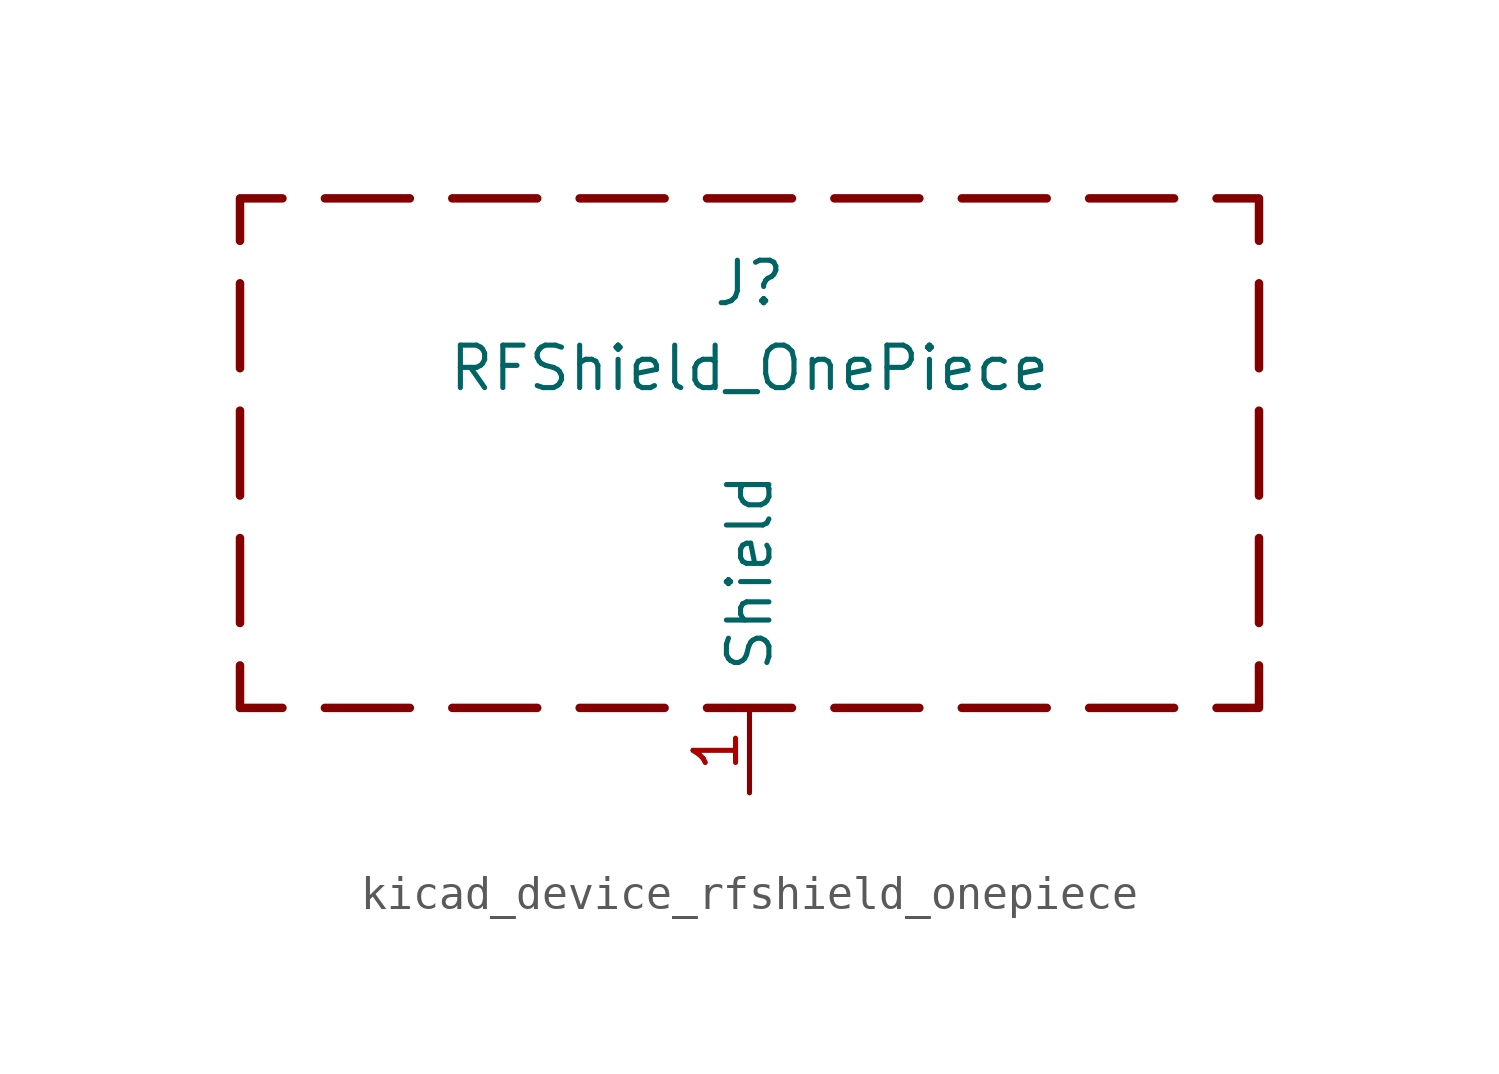
<source format=kicad_sym>
(kicad_symbol_lib
  (version 20220914)
  (generator kicad_symbol_editor)
  (symbol "kicad_device_rfshield_onepiece"
    (pin_names
      (offset 1.016))
    (property "Reference" "J"
      (at 0 5.08 0)
      (effects (font (size 1.27 1.27))))
    (property "Value" "RFShield_OnePiece"
      (at 0 2.54 0)
      (effects (font (size 1.27 1.27))))
    (symbol "kicad_device_rfshield_onepiece_0_1"
      (polyline (pts (xy -15.24 -5.08) (xy -15.24 -2.54)) (stroke (width 0.254) (type default)) (fill (type none)))
      (polyline (pts (xy -15.24 -1.27) (xy -15.24 1.27)) (stroke (width 0.254) (type default)) (fill (type none)))
      (polyline (pts (xy -15.24 2.54) (xy -15.24 5.08)) (stroke (width 0.254) (type default)) (fill (type none)))
      (polyline (pts (xy -12.7 7.62) (xy -10.16 7.62)) (stroke (width 0.254) (type default)) (fill (type none)))
      (polyline (pts (xy -10.16 -7.62) (xy -12.7 -7.62)) (stroke (width 0.254) (type default)) (fill (type none)))
      (polyline (pts (xy -6.35 -7.62) (xy -8.89 -7.62)) (stroke (width 0.254) (type default)) (fill (type none)))
      (polyline (pts (xy -6.35 7.62) (xy -8.89 7.62)) (stroke (width 0.254) (type default)) (fill (type none)))
      (polyline (pts (xy -2.54 -7.62) (xy -5.08 -7.62)) (stroke (width 0.254) (type default)) (fill (type none)))
      (polyline (pts (xy -2.54 7.62) (xy -5.08 7.62)) (stroke (width 0.254) (type default)) (fill (type none)))
      (polyline (pts (xy -1.27 -7.62) (xy 1.27 -7.62)) (stroke (width 0.254) (type default)) (fill (type none)))
      (polyline (pts (xy 1.27 7.62) (xy -1.27 7.62)) (stroke (width 0.254) (type default)) (fill (type none)))
      (polyline (pts (xy 2.54 -7.62) (xy 5.08 -7.62)) (stroke (width 0.254) (type default)) (fill (type none)))
      (polyline (pts (xy 5.08 7.62) (xy 2.54 7.62)) (stroke (width 0.254) (type default)) (fill (type none)))
      (polyline (pts (xy 6.35 -7.62) (xy 8.89 -7.62)) (stroke (width 0.254) (type default)) (fill (type none)))
      (polyline (pts (xy 8.89 7.62) (xy 6.35 7.62)) (stroke (width 0.254) (type default)) (fill (type none)))
      (polyline (pts (xy 10.16 -7.62) (xy 12.7 -7.62)) (stroke (width 0.254) (type default)) (fill (type none)))
      (polyline (pts (xy 12.7 7.62) (xy 10.16 7.62)) (stroke (width 0.254) (type default)) (fill (type none)))
      (polyline (pts (xy 15.24 -5.08) (xy 15.24 -2.54)) (stroke (width 0.254) (type default)) (fill (type none)))
      (polyline (pts (xy 15.24 -1.27) (xy 15.24 1.27)) (stroke (width 0.254) (type default)) (fill (type none)))
      (polyline (pts (xy 15.24 2.54) (xy 15.24 5.08)) (stroke (width 0.254) (type default)) (fill (type none)))
      (polyline (pts (xy -15.24 6.35) (xy -15.24 7.62) (xy -13.97 7.62)) (stroke (width 0.254) (type default)) (fill (type none)))
      (polyline (pts (xy -13.97 -7.62) (xy -15.24 -7.62) (xy -15.24 -6.35)) (stroke (width 0.254) (type default)) (fill (type none)))
      (polyline (pts (xy 13.97 -7.62) (xy 15.24 -7.62) (xy 15.24 -6.35)) (stroke (width 0.254) (type default)) (fill (type none)))
      (polyline (pts (xy 15.24 6.35) (xy 15.24 7.62) (xy 13.97 7.62)) (stroke (width 0.254) (type default)) (fill (type none))))
    (symbol "kicad_device_rfshield_onepiece_1_1"
      (pin passive line (at 0 -10.16 90) (length 2.54) (name "Shield" (effects (font (size 1.27 1.27)))) (number "1" (effects (font (size 1.27 1.27))))))))
</source>
